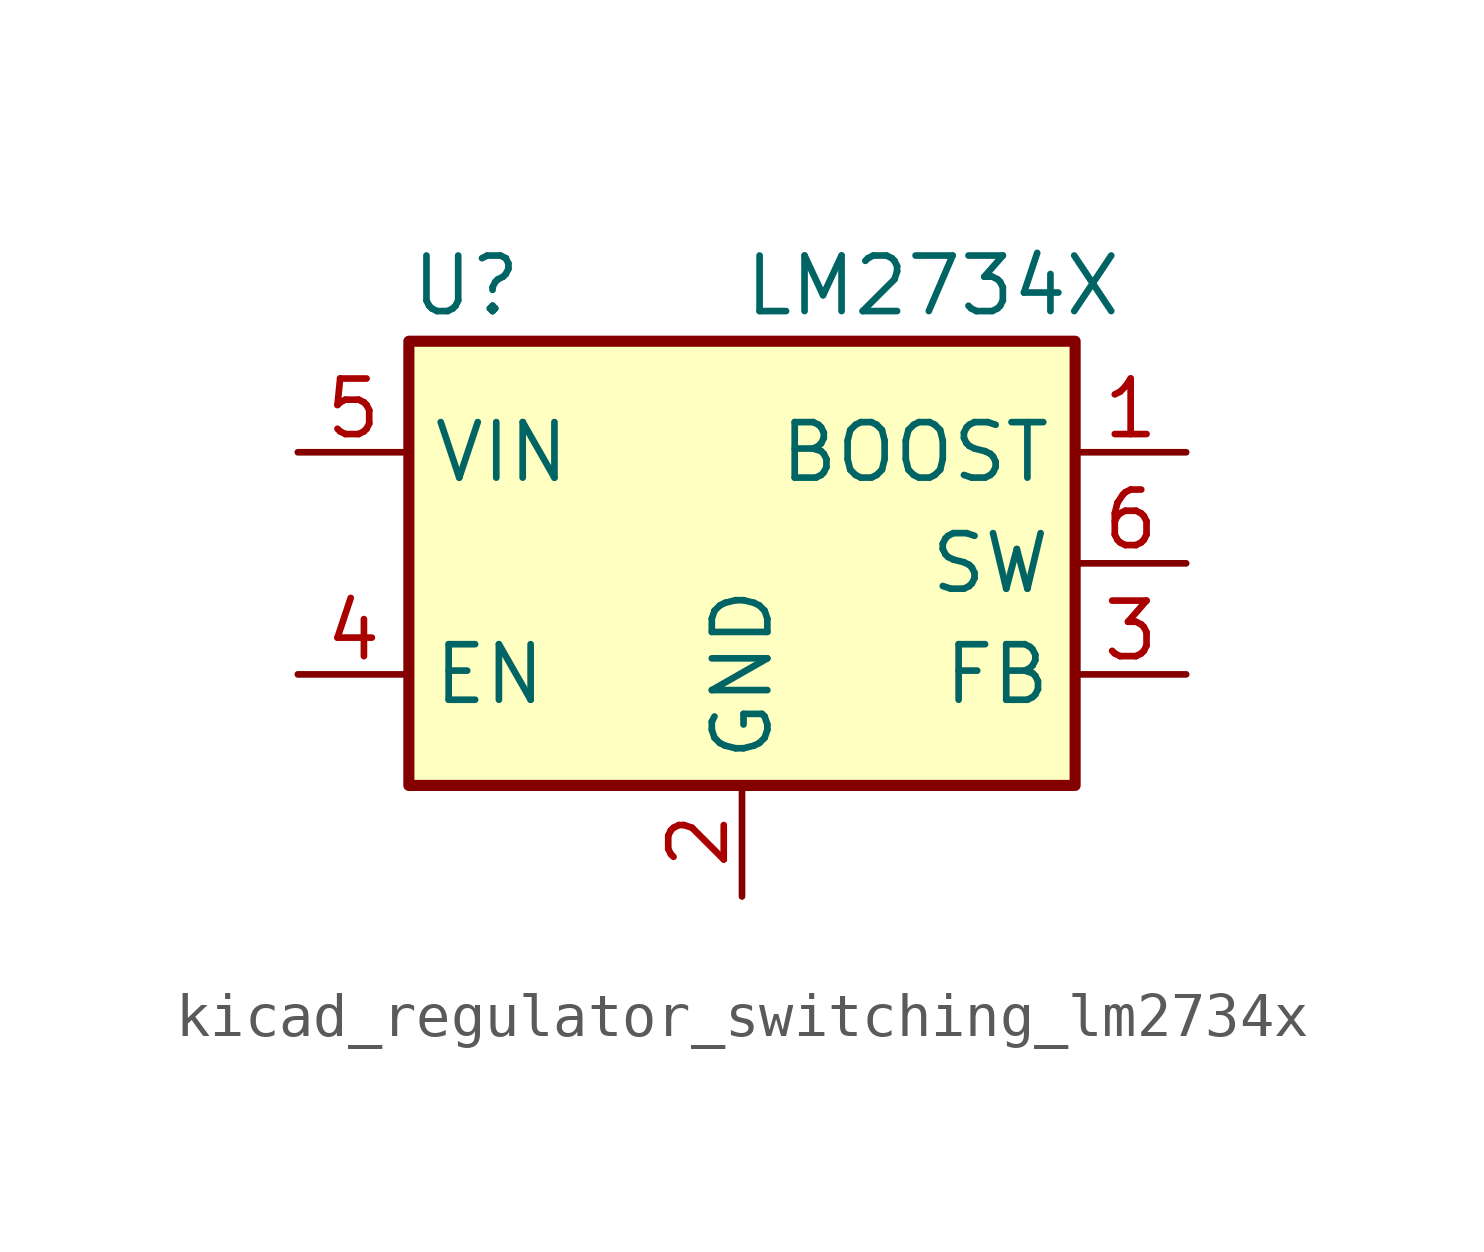
<source format=kicad_sym>
(kicad_symbol_lib
  (version 20220914)
  (generator kicad_symbol_editor)
  (symbol "kicad_regulator_switching_lm2734x"
    (property "Reference" "U"
      (at -7.62 6.35 0)
      (effects (font (size 1.27 1.27)) (justify left)))
    (property "Value" "LM2734X"
      (at 0 6.35 0)
      (effects (font (size 1.27 1.27)) (justify left)))
    (symbol "kicad_regulator_switching_lm2734x_0_1"
      (rectangle (start -7.62 5.08) (end 7.62 -5.08) (stroke (width 0.254) (type default)) (fill (type background)))
      (pin input line (at 10.16 2.54 180) (length 2.54) (name "BOOST" (effects (font (size 1.27 1.27)))) (number "1" (effects (font (size 1.27 1.27))))))
    (symbol "kicad_regulator_switching_lm2734x_1_1"
      (pin power_in line (at 0 -7.62 90) (length 2.54) (name "GND" (effects (font (size 1.27 1.27)))) (number "2" (effects (font (size 1.27 1.27)))))
      (pin input line (at 10.16 -2.54 180) (length 2.54) (name "FB" (effects (font (size 1.27 1.27)))) (number "3" (effects (font (size 1.27 1.27)))))
      (pin input line (at -10.16 -2.54 0) (length 2.54) (name "EN" (effects (font (size 1.27 1.27)))) (number "4" (effects (font (size 1.27 1.27)))))
      (pin power_in line (at -10.16 2.54 0) (length 2.54) (name "VIN" (effects (font (size 1.27 1.27)))) (number "5" (effects (font (size 1.27 1.27)))))
      (pin output line (at 10.16 0 180) (length 2.54) (name "SW" (effects (font (size 1.27 1.27)))) (number "6" (effects (font (size 1.27 1.27))))))))
</source>
